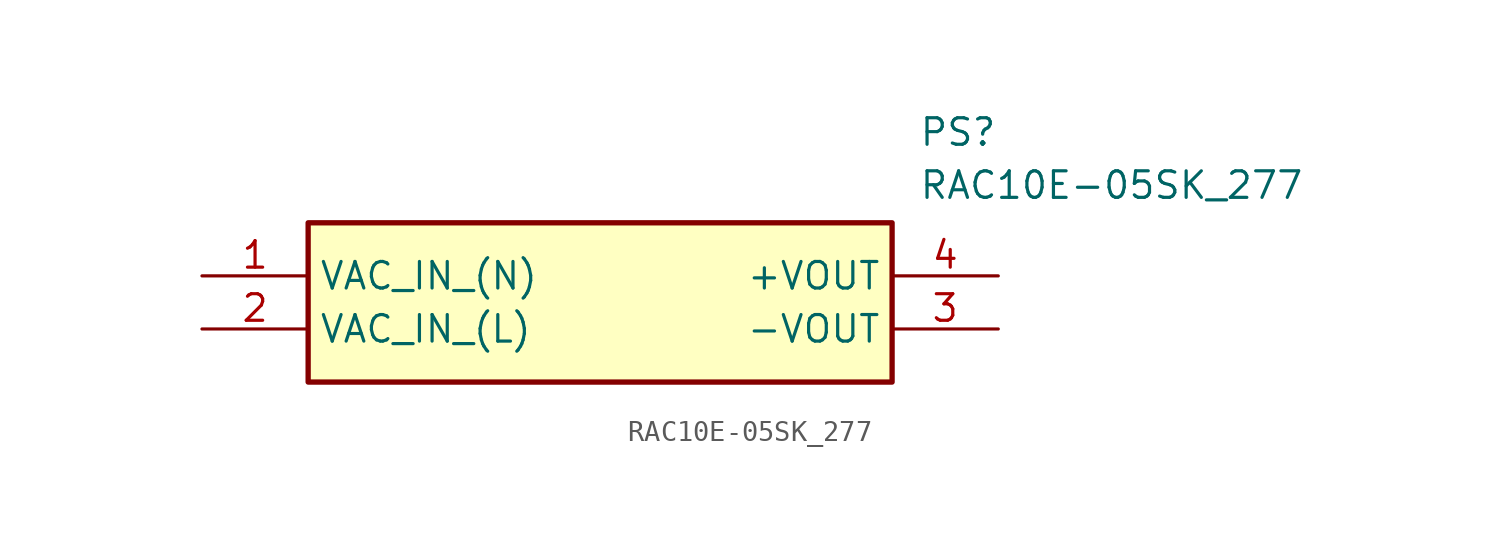
<source format=kicad_sym>
(kicad_symbol_lib
  (version 20211014)
  (generator SamacSys_ECAD_Model)
  (symbol "RAC10E-05SK_277"
    (property "Reference" "PS"
      (at 34.29 7.62 0)
      (effects (font (size 1.27 1.27)) (justify left top)))
    (property "Value" "RAC10E-05SK_277"
      (at 34.29 5.08 0)
      (effects (font (size 1.27 1.27)) (justify left top)))
    (rectangle
      (start 5.08 2.54)
      (end 33.02 -5.08)
      (stroke (width 0.254) (type default))
      (fill (type background)))
    (pin passive line
      (at 0 0 0)
      (length 5.08)
      (name "VAC_IN_(N)" (effects (font (size 1.27 1.27))))
      (number "1" (effects (font (size 1.27 1.27)))))
    (pin passive line
      (at 0 -2.54 0)
      (length 5.08)
      (name "VAC_IN_(L)" (effects (font (size 1.27 1.27))))
      (number "2" (effects (font (size 1.27 1.27)))))
    (pin passive line
      (at 38.1 -2.54 180)
      (length 5.08)
      (name "-VOUT" (effects (font (size 1.27 1.27))))
      (number "3" (effects (font (size 1.27 1.27)))))
    (pin passive line
      (at 38.1 0 180)
      (length 5.08)
      (name "+VOUT" (effects (font (size 1.27 1.27))))
      (number "4" (effects (font (size 1.27 1.27)))))))
</source>
